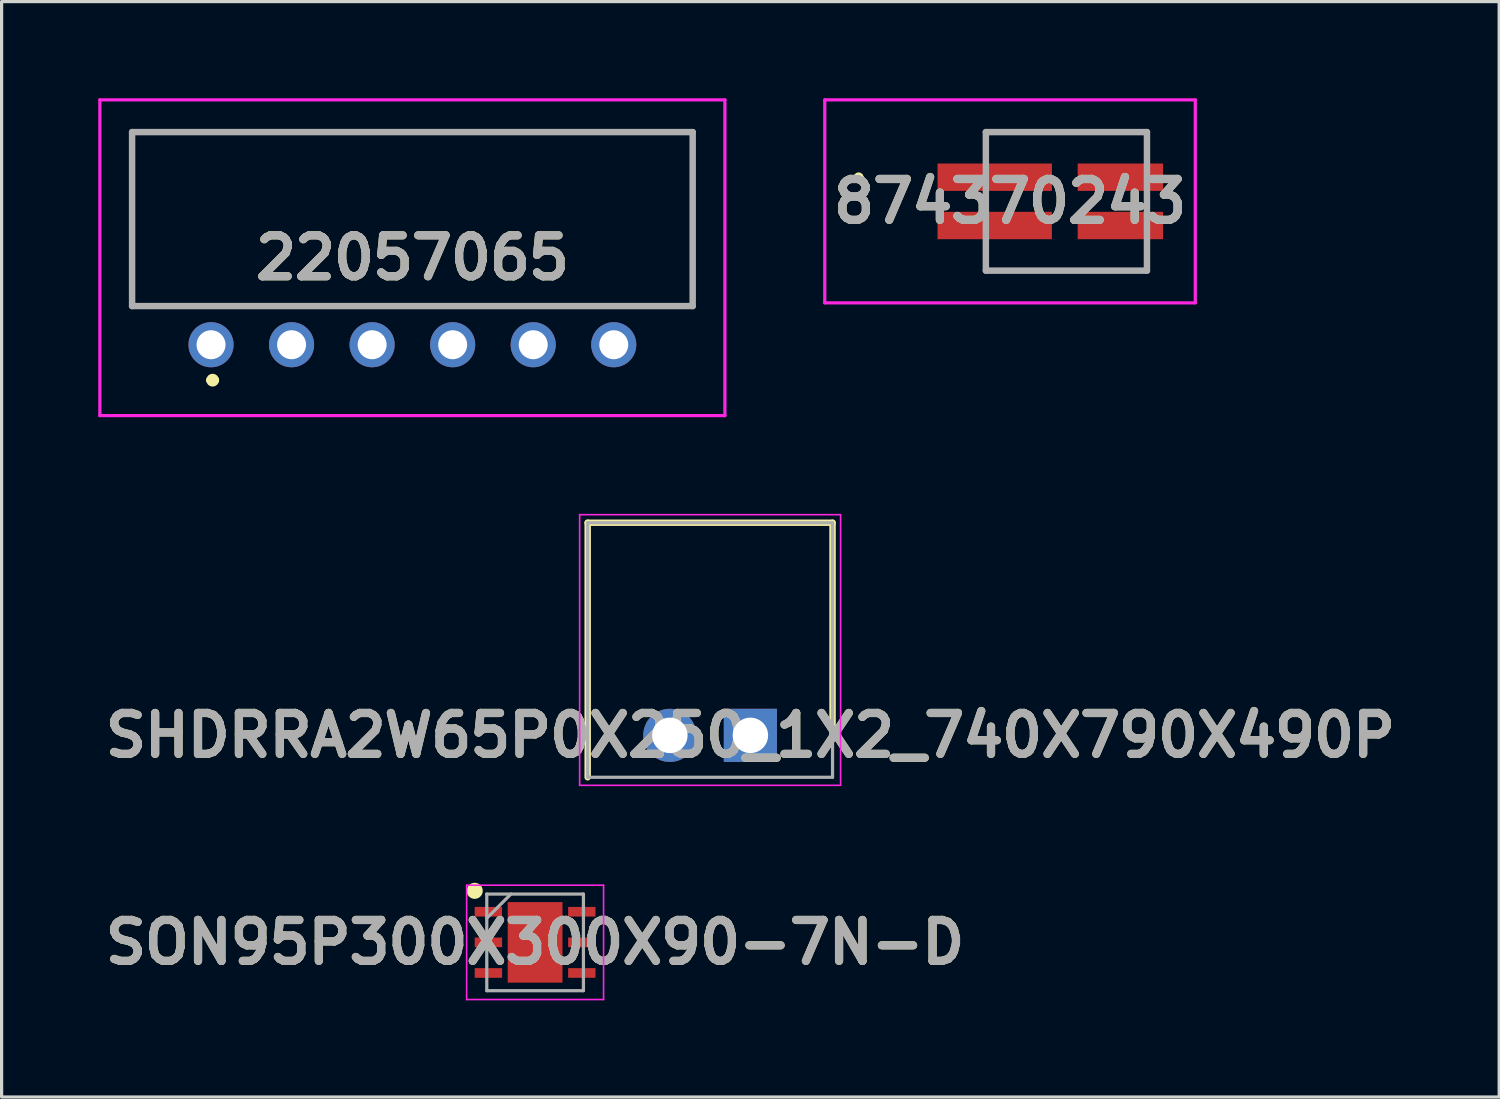
<source format=kicad_pcb>
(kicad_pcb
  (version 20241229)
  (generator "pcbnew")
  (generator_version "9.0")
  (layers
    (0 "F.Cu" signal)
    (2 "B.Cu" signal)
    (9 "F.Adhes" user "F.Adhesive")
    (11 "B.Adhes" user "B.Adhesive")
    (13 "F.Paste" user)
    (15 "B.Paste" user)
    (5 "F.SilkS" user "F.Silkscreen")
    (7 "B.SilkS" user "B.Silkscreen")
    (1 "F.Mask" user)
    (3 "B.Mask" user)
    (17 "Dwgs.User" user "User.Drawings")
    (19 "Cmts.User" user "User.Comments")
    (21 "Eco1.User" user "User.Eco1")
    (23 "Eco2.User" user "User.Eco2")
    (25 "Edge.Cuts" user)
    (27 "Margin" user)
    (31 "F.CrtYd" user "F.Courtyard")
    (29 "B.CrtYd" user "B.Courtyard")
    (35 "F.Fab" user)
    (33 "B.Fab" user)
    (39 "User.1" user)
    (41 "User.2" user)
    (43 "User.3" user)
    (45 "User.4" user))
  (footprint "22057065"
    (layer "F.Cu")
    (at 9.75 4.95)
    (property "Reference" "22057065" (at 0 0 0) (layer "F.SilkS") (effects (font (size 1.27 1.27) (thickness 0.254))))
    (attr through_hole)
    (fp_line (start -8.7 -3.9) (end 8.7 -3.9) (stroke (width 0.1) (type solid)) (layer "F.SilkS"))
    (fp_line (start -8.7 1.5) (end -8.7 -3.9) (stroke (width 0.1) (type solid)) (layer "F.SilkS"))
    (fp_line (start -6.3 3.8) (end -6.3 3.8) (stroke (width 0.2) (type solid)) (layer "F.SilkS"))
    (fp_line (start -6.1 3.8) (end -6.1 3.8) (stroke (width 0.2) (type solid)) (layer "F.SilkS"))
    (fp_line (start 8.7 -3.9) (end 8.7 1.5) (stroke (width 0.1) (type solid)) (layer "F.SilkS"))
    (fp_line (start 8.7 1.5) (end -8.7 1.5) (stroke (width 0.1) (type solid)) (layer "F.SilkS"))
    (fp_arc (start -6.3 3.8) (mid -6.2 3.7) (end -6.1 3.8) (stroke (width 0.2) (type solid)) (layer "F.SilkS"))
    (fp_arc (start -6.1 3.8) (mid -6.2 3.9) (end -6.3 3.8) (stroke (width 0.2) (type solid)) (layer "F.SilkS"))
    (fp_line (start -9.7 -4.9) (end 9.7 -4.9) (stroke (width 0.1) (type solid)) (layer "F.CrtYd"))
    (fp_line (start -9.7 4.9) (end -9.7 -4.9) (stroke (width 0.1) (type solid)) (layer "F.CrtYd"))
    (fp_line (start 9.7 -4.9) (end 9.7 4.9) (stroke (width 0.1) (type solid)) (layer "F.CrtYd"))
    (fp_line (start 9.7 4.9) (end -9.7 4.9) (stroke (width 0.1) (type solid)) (layer "F.CrtYd"))
    (fp_line (start -8.7 -3.9) (end 8.7 -3.9) (stroke (width 0.2) (type solid)) (layer "F.Fab"))
    (fp_line (start -8.7 1.5) (end -8.7 -3.9) (stroke (width 0.2) (type solid)) (layer "F.Fab"))
    (fp_line (start 8.7 -3.9) (end 8.7 1.5) (stroke (width 0.2) (type solid)) (layer "F.Fab"))
    (fp_line (start 8.7 1.5) (end -8.7 1.5) (stroke (width 0.2) (type solid)) (layer "F.Fab"))
    (fp_text user "${REFERENCE}" (at 0 0 0) (layer "F.Fab") (effects (font (size 1.27 1.27) (thickness 0.254))))
    (pad "1" thru_hole circle (at -6.25 2.7) (size 1.4 1.4) (drill 0.9) (layers "*.Cu" "*.Mask"))
    (pad "2" thru_hole circle (at -3.75 2.7) (size 1.4 1.4) (drill 0.9) (layers "*.Cu" "*.Mask"))
    (pad "3" thru_hole circle (at -1.25 2.7) (size 1.4 1.4) (drill 0.9) (layers "*.Cu" "*.Mask"))
    (pad "4" thru_hole circle (at 1.25 2.7) (size 1.4 1.4) (drill 0.9) (layers "*.Cu" "*.Mask"))
    (pad "5" thru_hole circle (at 3.75 2.7) (size 1.4 1.4) (drill 0.9) (layers "*.Cu" "*.Mask"))
    (pad "6" thru_hole circle (at 6.25 2.7) (size 1.4 1.4) (drill 0.9) (layers "*.Cu" "*.Mask")))
  (footprint "874370243"
    (layer "F.Cu")
    (at 30.05 3.2)
    (property "Reference" "874370243" (at -1.75 0 0) (layer "F.SilkS") (effects (font (size 1.27 1.27) (thickness 0.254))))
    (attr smd)
    (fp_line (start -6.5 -0.75) (end -6.5 -0.75) (stroke (width 0.2) (type solid)) (layer "F.SilkS"))
    (fp_line (start -6.5 -0.75) (end -6.5 -0.75) (stroke (width 0.2) (type solid)) (layer "F.SilkS"))
    (fp_line (start -6.4 -0.75) (end -6.4 -0.75) (stroke (width 0.2) (type solid)) (layer "F.SilkS"))
    (fp_line (start -2.5 -2.15) (end -2.5 -2.15) (stroke (width 0.1) (type solid)) (layer "F.SilkS"))
    (fp_line (start -2.5 -2.15) (end 2.5 -2.15) (stroke (width 0.1) (type solid)) (layer "F.SilkS"))
    (fp_line (start -2.5 2.15) (end -2.5 2.15) (stroke (width 0.1) (type solid)) (layer "F.SilkS"))
    (fp_line (start -2.5 2.15) (end 2.5 2.15) (stroke (width 0.1) (type solid)) (layer "F.SilkS"))
    (fp_line (start 2.5 -2.15) (end -2.5 -2.15) (stroke (width 0.1) (type solid)) (layer "F.SilkS"))
    (fp_line (start 2.5 -2.15) (end 2.5 -2.15) (stroke (width 0.1) (type solid)) (layer "F.SilkS"))
    (fp_line (start 2.5 2.15) (end -2.5 2.15) (stroke (width 0.1) (type solid)) (layer "F.SilkS"))
    (fp_line (start 2.5 2.15) (end 2.5 2.15) (stroke (width 0.1) (type solid)) (layer "F.SilkS"))
    (fp_arc (start -6.5 -0.75) (mid -6.45 -0.8) (end -6.4 -0.75) (stroke (width 0.2) (type solid)) (layer "F.SilkS"))
    (fp_arc (start -6.4 -0.75) (mid -6.45 -0.7) (end -6.5 -0.75) (stroke (width 0.2) (type solid)) (layer "F.SilkS"))
    (fp_arc (start -6.4 -0.75) (mid -6.45 -0.7) (end -6.5 -0.75) (stroke (width 0.2) (type solid)) (layer "F.SilkS"))
    (fp_line (start -7.5 -3.15) (end 4 -3.15) (stroke (width 0.1) (type solid)) (layer "F.CrtYd"))
    (fp_line (start -7.5 3.15) (end -7.5 -3.15) (stroke (width 0.1) (type solid)) (layer "F.CrtYd"))
    (fp_line (start 4 -3.15) (end 4 3.15) (stroke (width 0.1) (type solid)) (layer "F.CrtYd"))
    (fp_line (start 4 3.15) (end -7.5 3.15) (stroke (width 0.1) (type solid)) (layer "F.CrtYd"))
    (fp_line (start -2.5 -2.15) (end -2.5 2.15) (stroke (width 0.2) (type solid)) (layer "F.Fab"))
    (fp_line (start -2.5 2.15) (end 2.5 2.15) (stroke (width 0.2) (type solid)) (layer "F.Fab"))
    (fp_line (start 2.5 -2.15) (end -2.5 -2.15) (stroke (width 0.2) (type solid)) (layer "F.Fab"))
    (fp_line (start 2.5 2.15) (end 2.5 -2.15) (stroke (width 0.2) (type solid)) (layer "F.Fab"))
    (fp_text user "${REFERENCE}" (at -1.75 0 0) (layer "F.Fab") (effects (font (size 1.27 1.27) (thickness 0.254))))
    (pad "1" smd rect (at -2.225 -0.75 90) (size 0.85 3.55) (layers "F.Cu" "F.Mask" "F.Paste"))
    (pad "2" smd rect (at -2.225 0.75 90) (size 0.85 3.55) (layers "F.Cu" "F.Mask" "F.Paste"))
    (pad "3" smd rect (at 1.675 -0.75 90) (size 0.85 2.65) (layers "F.Cu" "F.Mask" "F.Paste"))
    (pad "4" smd rect (at 1.675 0.75 90) (size 0.85 2.65) (layers "F.Cu" "F.Mask" "F.Paste")))
  (footprint "SON95P300X300X90-7N-D"
    (layer "F.Cu")
    (at 13.559 26.2)
    (property "Reference" "SON95P300X300X90-7N-D" (at 0 0 0) (layer "F.SilkS") (effects (font (size 1.27 1.27) (thickness 0.254))))
    (attr smd)
    (fp_circle (center -1.875 -1.6) (end -1.875 -1.475) (stroke (width 0.25) (type solid)) (fill no) (layer "F.SilkS"))
    (fp_line (start -2.125 -1.775) (end 2.125 -1.775) (stroke (width 0.05) (type solid)) (layer "F.CrtYd"))
    (fp_line (start -2.125 1.775) (end -2.125 -1.775) (stroke (width 0.05) (type solid)) (layer "F.CrtYd"))
    (fp_line (start 2.125 -1.775) (end 2.125 1.775) (stroke (width 0.05) (type solid)) (layer "F.CrtYd"))
    (fp_line (start 2.125 1.775) (end -2.125 1.775) (stroke (width 0.05) (type solid)) (layer "F.CrtYd"))
    (fp_line (start -1.5 -1.5) (end 1.5 -1.5) (stroke (width 0.1) (type solid)) (layer "F.Fab"))
    (fp_line (start -1.5 -0.75) (end -0.75 -1.5) (stroke (width 0.1) (type solid)) (layer "F.Fab"))
    (fp_line (start -1.5 1.5) (end -1.5 -1.5) (stroke (width 0.1) (type solid)) (layer "F.Fab"))
    (fp_line (start 1.5 -1.5) (end 1.5 1.5) (stroke (width 0.1) (type solid)) (layer "F.Fab"))
    (fp_line (start 1.5 1.5) (end -1.5 1.5) (stroke (width 0.1) (type solid)) (layer "F.Fab"))
    (fp_text user "${REFERENCE}" (at 0 0 0) (layer "F.Fab") (effects (font (size 1.27 1.27) (thickness 0.254))))
    (pad "1" smd rect (at -1.45 -0.95 90) (size 0.3 0.85) (layers "F.Cu" "F.Mask" "F.Paste"))
    (pad "2" smd rect (at -1.45 0 90) (size 0.3 0.85) (layers "F.Cu" "F.Mask" "F.Paste"))
    (pad "3" smd rect (at -1.45 0.95 90) (size 0.3 0.85) (layers "F.Cu" "F.Mask" "F.Paste"))
    (pad "4" smd rect (at 1.45 0.95 90) (size 0.3 0.85) (layers "F.Cu" "F.Mask" "F.Paste"))
    (pad "5" smd rect (at 1.45 0 90) (size 0.3 0.85) (layers "F.Cu" "F.Mask" "F.Paste"))
    (pad "6" smd rect (at 1.45 -0.95 90) (size 0.3 0.85) (layers "F.Cu" "F.Mask" "F.Paste"))
    (pad "7" smd rect (at 0 0) (size 1.7 2.5) (layers "F.Cu" "F.Mask" "F.Paste")))
  (footprint "SHDRRA2W65P0X250_1X2_740X790X490P"
    (layer "F.Cu")
    (at 20.241 19.775)
    (property "Reference" "SHDRRA2W65P0X250_1X2_740X790X490P" (at 0 0 0) (layer "F.SilkS") (effects (font (size 1.27 1.27) (thickness 0.254))))
    (attr through_hole)
    (fp_line (start -5.05 -6.6) (end -5.05 1.3) (stroke (width 0.2) (type solid)) (layer "F.SilkS"))
    (fp_line (start 2.55 -6.6) (end -5.05 -6.6) (stroke (width 0.2) (type solid)) (layer "F.SilkS"))
    (fp_line (start 2.55 0) (end 2.55 -6.6) (stroke (width 0.2) (type solid)) (layer "F.SilkS"))
    (fp_line (start -5.3 -6.85) (end 2.8 -6.85) (stroke (width 0.05) (type solid)) (layer "F.CrtYd"))
    (fp_line (start -5.3 1.55) (end -5.3 -6.85) (stroke (width 0.05) (type solid)) (layer "F.CrtYd"))
    (fp_line (start 2.8 -6.85) (end 2.8 1.55) (stroke (width 0.05) (type solid)) (layer "F.CrtYd"))
    (fp_line (start 2.8 1.55) (end -5.3 1.55) (stroke (width 0.05) (type solid)) (layer "F.CrtYd"))
    (fp_line (start -5.05 -6.6) (end 2.55 -6.6) (stroke (width 0.1) (type solid)) (layer "F.Fab"))
    (fp_line (start -5.05 1.3) (end -5.05 -6.6) (stroke (width 0.1) (type solid)) (layer "F.Fab"))
    (fp_line (start 2.55 -6.6) (end 2.55 1.3) (stroke (width 0.1) (type solid)) (layer "F.Fab"))
    (fp_line (start 2.55 1.3) (end -5.05 1.3) (stroke (width 0.1) (type solid)) (layer "F.Fab"))
    (fp_text user "${REFERENCE}" (at 0 0 0) (layer "F.Fab") (effects (font (size 1.27 1.27) (thickness 0.254))))
    (pad "1" thru_hole rect (at 0 0) (size 1.65 1.65) (drill 1.1) (layers "*.Cu" "*.Mask"))
    (pad "2" thru_hole circle (at -2.5 0) (size 1.65 1.65) (drill 1.1) (layers "*.Cu" "*.Mask")))
  (gr_rect
    (start -3 -3)
    (end 43.483 31)
    (stroke (width 0.1) (type default))
    (fill no)
    (layer "Edge.Cuts")))
</source>
